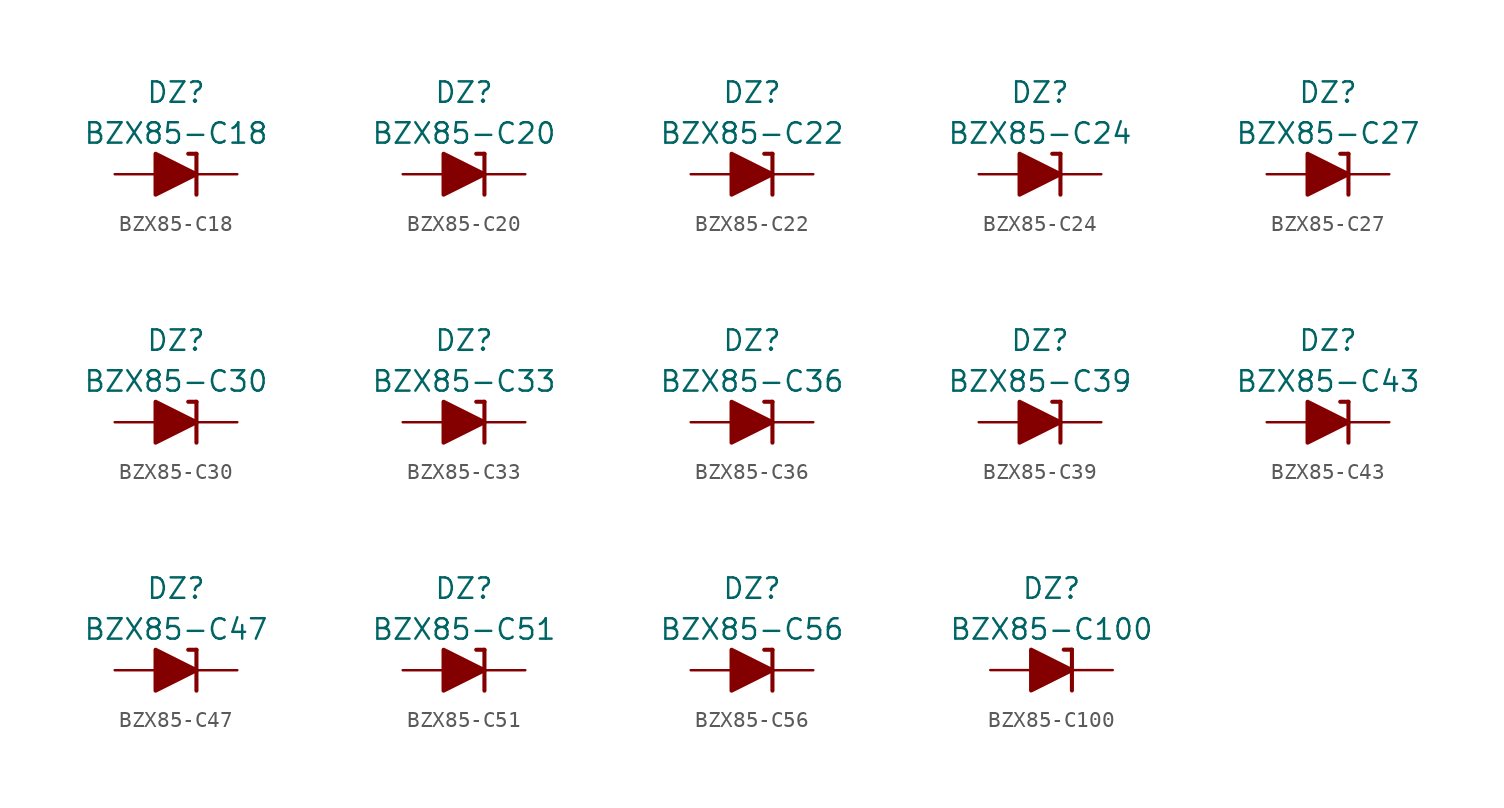
<source format=kicad_sym>
(kicad_symbol_lib
  (version 20201005)
  (generator kicad_symbol_editor)
  (symbol "Diode_Zener_AKL:BZX85-C18"
    (pin_numbers hide)
    (pin_names
      (offset 1.016) hide)
    (property "Reference" "DZ"
      (at 0 5.08 0)
      (effects (font (size 1.27 1.27))))
    (property "Value" "BZX85-C18"
      (at 0 2.54 0)
      (effects (font (size 1.27 1.27))))
    (symbol "BZX85-C18_0_1"
      (polyline (pts (xy -1.27 0) (xy 1.27 0)) (stroke (width 0)) (fill (type none)))
      (polyline (pts (xy 1.27 1.27) (xy 0.762 1.27)) (stroke (width 0.254)) (fill (type none)))
      (polyline (pts (xy 1.27 1.27) (xy 1.27 -1.27)) (stroke (width 0.254)) (fill (type none)))
      (polyline (pts (xy -1.27 -1.27) (xy -1.27 1.27) (xy 1.27 0) (xy -1.27 -1.27)) (stroke (width 0.254)) (fill (type outline))))
    (symbol "BZX85-C18_1_1"
      (pin passive line (at 3.81 0 180) (length 2.54) (name "K" (effects (font (size 1.27 1.27)))) (number "1" (effects (font (size 1.27 1.27)))))
      (pin passive line (at -3.81 0 0) (length 2.54) (name "A" (effects (font (size 1.27 1.27)))) (number "2" (effects (font (size 1.27 1.27)))))))
  (symbol "Diode_Zener_AKL:BZX85-C20"
    (pin_numbers hide)
    (pin_names
      (offset 1.016) hide)
    (property "Reference" "DZ"
      (at 0 5.08 0)
      (effects (font (size 1.27 1.27))))
    (property "Value" "BZX85-C20"
      (at 0 2.54 0)
      (effects (font (size 1.27 1.27))))
    (symbol "BZX85-C20_0_1"
      (polyline (pts (xy -1.27 0) (xy 1.27 0)) (stroke (width 0)) (fill (type none)))
      (polyline (pts (xy 1.27 1.27) (xy 0.762 1.27)) (stroke (width 0.254)) (fill (type none)))
      (polyline (pts (xy 1.27 1.27) (xy 1.27 -1.27)) (stroke (width 0.254)) (fill (type none)))
      (polyline (pts (xy -1.27 -1.27) (xy -1.27 1.27) (xy 1.27 0) (xy -1.27 -1.27)) (stroke (width 0.254)) (fill (type outline))))
    (symbol "BZX85-C20_1_1"
      (pin passive line (at 3.81 0 180) (length 2.54) (name "K" (effects (font (size 1.27 1.27)))) (number "1" (effects (font (size 1.27 1.27)))))
      (pin passive line (at -3.81 0 0) (length 2.54) (name "A" (effects (font (size 1.27 1.27)))) (number "2" (effects (font (size 1.27 1.27)))))))
  (symbol "Diode_Zener_AKL:BZX85-C22"
    (pin_numbers hide)
    (pin_names
      (offset 1.016) hide)
    (property "Reference" "DZ"
      (at 0 5.08 0)
      (effects (font (size 1.27 1.27))))
    (property "Value" "BZX85-C22"
      (at 0 2.54 0)
      (effects (font (size 1.27 1.27))))
    (symbol "BZX85-C22_0_1"
      (polyline (pts (xy -1.27 0) (xy 1.27 0)) (stroke (width 0)) (fill (type none)))
      (polyline (pts (xy 1.27 1.27) (xy 0.762 1.27)) (stroke (width 0.254)) (fill (type none)))
      (polyline (pts (xy 1.27 1.27) (xy 1.27 -1.27)) (stroke (width 0.254)) (fill (type none)))
      (polyline (pts (xy -1.27 -1.27) (xy -1.27 1.27) (xy 1.27 0) (xy -1.27 -1.27)) (stroke (width 0.254)) (fill (type outline))))
    (symbol "BZX85-C22_1_1"
      (pin passive line (at 3.81 0 180) (length 2.54) (name "K" (effects (font (size 1.27 1.27)))) (number "1" (effects (font (size 1.27 1.27)))))
      (pin passive line (at -3.81 0 0) (length 2.54) (name "A" (effects (font (size 1.27 1.27)))) (number "2" (effects (font (size 1.27 1.27)))))))
  (symbol "Diode_Zener_AKL:BZX85-C24"
    (pin_numbers hide)
    (pin_names
      (offset 1.016) hide)
    (property "Reference" "DZ"
      (at 0 5.08 0)
      (effects (font (size 1.27 1.27))))
    (property "Value" "BZX85-C24"
      (at 0 2.54 0)
      (effects (font (size 1.27 1.27))))
    (symbol "BZX85-C24_0_1"
      (polyline (pts (xy -1.27 0) (xy 1.27 0)) (stroke (width 0)) (fill (type none)))
      (polyline (pts (xy 1.27 1.27) (xy 0.762 1.27)) (stroke (width 0.254)) (fill (type none)))
      (polyline (pts (xy 1.27 1.27) (xy 1.27 -1.27)) (stroke (width 0.254)) (fill (type none)))
      (polyline (pts (xy -1.27 -1.27) (xy -1.27 1.27) (xy 1.27 0) (xy -1.27 -1.27)) (stroke (width 0.254)) (fill (type outline))))
    (symbol "BZX85-C24_1_1"
      (pin passive line (at 3.81 0 180) (length 2.54) (name "K" (effects (font (size 1.27 1.27)))) (number "1" (effects (font (size 1.27 1.27)))))
      (pin passive line (at -3.81 0 0) (length 2.54) (name "A" (effects (font (size 1.27 1.27)))) (number "2" (effects (font (size 1.27 1.27)))))))
  (symbol "Diode_Zener_AKL:BZX85-C27"
    (pin_numbers hide)
    (pin_names
      (offset 1.016) hide)
    (property "Reference" "DZ"
      (at 0 5.08 0)
      (effects (font (size 1.27 1.27))))
    (property "Value" "BZX85-C27"
      (at 0 2.54 0)
      (effects (font (size 1.27 1.27))))
    (symbol "BZX85-C27_0_1"
      (polyline (pts (xy -1.27 0) (xy 1.27 0)) (stroke (width 0)) (fill (type none)))
      (polyline (pts (xy 1.27 1.27) (xy 0.762 1.27)) (stroke (width 0.254)) (fill (type none)))
      (polyline (pts (xy 1.27 1.27) (xy 1.27 -1.27)) (stroke (width 0.254)) (fill (type none)))
      (polyline (pts (xy -1.27 -1.27) (xy -1.27 1.27) (xy 1.27 0) (xy -1.27 -1.27)) (stroke (width 0.254)) (fill (type outline))))
    (symbol "BZX85-C27_1_1"
      (pin passive line (at 3.81 0 180) (length 2.54) (name "K" (effects (font (size 1.27 1.27)))) (number "1" (effects (font (size 1.27 1.27)))))
      (pin passive line (at -3.81 0 0) (length 2.54) (name "A" (effects (font (size 1.27 1.27)))) (number "2" (effects (font (size 1.27 1.27)))))))
  (symbol "Diode_Zener_AKL:BZX85-C30"
    (pin_numbers hide)
    (pin_names
      (offset 1.016) hide)
    (property "Reference" "DZ"
      (at 0 5.08 0)
      (effects (font (size 1.27 1.27))))
    (property "Value" "BZX85-C30"
      (at 0 2.54 0)
      (effects (font (size 1.27 1.27))))
    (symbol "BZX85-C30_0_1"
      (polyline (pts (xy -1.27 0) (xy 1.27 0)) (stroke (width 0)) (fill (type none)))
      (polyline (pts (xy 1.27 1.27) (xy 0.762 1.27)) (stroke (width 0.254)) (fill (type none)))
      (polyline (pts (xy 1.27 1.27) (xy 1.27 -1.27)) (stroke (width 0.254)) (fill (type none)))
      (polyline (pts (xy -1.27 -1.27) (xy -1.27 1.27) (xy 1.27 0) (xy -1.27 -1.27)) (stroke (width 0.254)) (fill (type outline))))
    (symbol "BZX85-C30_1_1"
      (pin passive line (at 3.81 0 180) (length 2.54) (name "K" (effects (font (size 1.27 1.27)))) (number "1" (effects (font (size 1.27 1.27)))))
      (pin passive line (at -3.81 0 0) (length 2.54) (name "A" (effects (font (size 1.27 1.27)))) (number "2" (effects (font (size 1.27 1.27)))))))
  (symbol "Diode_Zener_AKL:BZX85-C33"
    (pin_numbers hide)
    (pin_names
      (offset 1.016) hide)
    (property "Reference" "DZ"
      (at 0 5.08 0)
      (effects (font (size 1.27 1.27))))
    (property "Value" "BZX85-C33"
      (at 0 2.54 0)
      (effects (font (size 1.27 1.27))))
    (symbol "BZX85-C33_0_1"
      (polyline (pts (xy -1.27 0) (xy 1.27 0)) (stroke (width 0)) (fill (type none)))
      (polyline (pts (xy 1.27 1.27) (xy 0.762 1.27)) (stroke (width 0.254)) (fill (type none)))
      (polyline (pts (xy 1.27 1.27) (xy 1.27 -1.27)) (stroke (width 0.254)) (fill (type none)))
      (polyline (pts (xy -1.27 -1.27) (xy -1.27 1.27) (xy 1.27 0) (xy -1.27 -1.27)) (stroke (width 0.254)) (fill (type outline))))
    (symbol "BZX85-C33_1_1"
      (pin passive line (at 3.81 0 180) (length 2.54) (name "K" (effects (font (size 1.27 1.27)))) (number "1" (effects (font (size 1.27 1.27)))))
      (pin passive line (at -3.81 0 0) (length 2.54) (name "A" (effects (font (size 1.27 1.27)))) (number "2" (effects (font (size 1.27 1.27)))))))
  (symbol "Diode_Zener_AKL:BZX85-C36"
    (pin_numbers hide)
    (pin_names
      (offset 1.016) hide)
    (property "Reference" "DZ"
      (at 0 5.08 0)
      (effects (font (size 1.27 1.27))))
    (property "Value" "BZX85-C36"
      (at 0 2.54 0)
      (effects (font (size 1.27 1.27))))
    (symbol "BZX85-C36_0_1"
      (polyline (pts (xy -1.27 0) (xy 1.27 0)) (stroke (width 0)) (fill (type none)))
      (polyline (pts (xy 1.27 1.27) (xy 0.762 1.27)) (stroke (width 0.254)) (fill (type none)))
      (polyline (pts (xy 1.27 1.27) (xy 1.27 -1.27)) (stroke (width 0.254)) (fill (type none)))
      (polyline (pts (xy -1.27 -1.27) (xy -1.27 1.27) (xy 1.27 0) (xy -1.27 -1.27)) (stroke (width 0.254)) (fill (type outline))))
    (symbol "BZX85-C36_1_1"
      (pin passive line (at 3.81 0 180) (length 2.54) (name "K" (effects (font (size 1.27 1.27)))) (number "1" (effects (font (size 1.27 1.27)))))
      (pin passive line (at -3.81 0 0) (length 2.54) (name "A" (effects (font (size 1.27 1.27)))) (number "2" (effects (font (size 1.27 1.27)))))))
  (symbol "Diode_Zener_AKL:BZX85-C39"
    (pin_numbers hide)
    (pin_names
      (offset 1.016) hide)
    (property "Reference" "DZ"
      (at 0 5.08 0)
      (effects (font (size 1.27 1.27))))
    (property "Value" "BZX85-C39"
      (at 0 2.54 0)
      (effects (font (size 1.27 1.27))))
    (symbol "BZX85-C39_0_1"
      (polyline (pts (xy -1.27 0) (xy 1.27 0)) (stroke (width 0)) (fill (type none)))
      (polyline (pts (xy 1.27 1.27) (xy 0.762 1.27)) (stroke (width 0.254)) (fill (type none)))
      (polyline (pts (xy 1.27 1.27) (xy 1.27 -1.27)) (stroke (width 0.254)) (fill (type none)))
      (polyline (pts (xy -1.27 -1.27) (xy -1.27 1.27) (xy 1.27 0) (xy -1.27 -1.27)) (stroke (width 0.254)) (fill (type outline))))
    (symbol "BZX85-C39_1_1"
      (pin passive line (at 3.81 0 180) (length 2.54) (name "K" (effects (font (size 1.27 1.27)))) (number "1" (effects (font (size 1.27 1.27)))))
      (pin passive line (at -3.81 0 0) (length 2.54) (name "A" (effects (font (size 1.27 1.27)))) (number "2" (effects (font (size 1.27 1.27)))))))
  (symbol "Diode_Zener_AKL:BZX85-C43"
    (pin_numbers hide)
    (pin_names
      (offset 1.016) hide)
    (property "Reference" "DZ"
      (at 0 5.08 0)
      (effects (font (size 1.27 1.27))))
    (property "Value" "BZX85-C43"
      (at 0 2.54 0)
      (effects (font (size 1.27 1.27))))
    (symbol "BZX85-C43_0_1"
      (polyline (pts (xy -1.27 0) (xy 1.27 0)) (stroke (width 0)) (fill (type none)))
      (polyline (pts (xy 1.27 1.27) (xy 0.762 1.27)) (stroke (width 0.254)) (fill (type none)))
      (polyline (pts (xy 1.27 1.27) (xy 1.27 -1.27)) (stroke (width 0.254)) (fill (type none)))
      (polyline (pts (xy -1.27 -1.27) (xy -1.27 1.27) (xy 1.27 0) (xy -1.27 -1.27)) (stroke (width 0.254)) (fill (type outline))))
    (symbol "BZX85-C43_1_1"
      (pin passive line (at 3.81 0 180) (length 2.54) (name "K" (effects (font (size 1.27 1.27)))) (number "1" (effects (font (size 1.27 1.27)))))
      (pin passive line (at -3.81 0 0) (length 2.54) (name "A" (effects (font (size 1.27 1.27)))) (number "2" (effects (font (size 1.27 1.27)))))))
  (symbol "Diode_Zener_AKL:BZX85-C47"
    (pin_numbers hide)
    (pin_names
      (offset 1.016) hide)
    (property "Reference" "DZ"
      (at 0 5.08 0)
      (effects (font (size 1.27 1.27))))
    (property "Value" "BZX85-C47"
      (at 0 2.54 0)
      (effects (font (size 1.27 1.27))))
    (symbol "BZX85-C47_0_1"
      (polyline (pts (xy -1.27 0) (xy 1.27 0)) (stroke (width 0)) (fill (type none)))
      (polyline (pts (xy 1.27 1.27) (xy 0.762 1.27)) (stroke (width 0.254)) (fill (type none)))
      (polyline (pts (xy 1.27 1.27) (xy 1.27 -1.27)) (stroke (width 0.254)) (fill (type none)))
      (polyline (pts (xy -1.27 -1.27) (xy -1.27 1.27) (xy 1.27 0) (xy -1.27 -1.27)) (stroke (width 0.254)) (fill (type outline))))
    (symbol "BZX85-C47_1_1"
      (pin passive line (at 3.81 0 180) (length 2.54) (name "K" (effects (font (size 1.27 1.27)))) (number "1" (effects (font (size 1.27 1.27)))))
      (pin passive line (at -3.81 0 0) (length 2.54) (name "A" (effects (font (size 1.27 1.27)))) (number "2" (effects (font (size 1.27 1.27)))))))
  (symbol "Diode_Zener_AKL:BZX85-C51"
    (pin_numbers hide)
    (pin_names
      (offset 1.016) hide)
    (property "Reference" "DZ"
      (at 0 5.08 0)
      (effects (font (size 1.27 1.27))))
    (property "Value" "BZX85-C51"
      (at 0 2.54 0)
      (effects (font (size 1.27 1.27))))
    (symbol "BZX85-C51_0_1"
      (polyline (pts (xy -1.27 0) (xy 1.27 0)) (stroke (width 0)) (fill (type none)))
      (polyline (pts (xy 1.27 1.27) (xy 0.762 1.27)) (stroke (width 0.254)) (fill (type none)))
      (polyline (pts (xy 1.27 1.27) (xy 1.27 -1.27)) (stroke (width 0.254)) (fill (type none)))
      (polyline (pts (xy -1.27 -1.27) (xy -1.27 1.27) (xy 1.27 0) (xy -1.27 -1.27)) (stroke (width 0.254)) (fill (type outline))))
    (symbol "BZX85-C51_1_1"
      (pin passive line (at 3.81 0 180) (length 2.54) (name "K" (effects (font (size 1.27 1.27)))) (number "1" (effects (font (size 1.27 1.27)))))
      (pin passive line (at -3.81 0 0) (length 2.54) (name "A" (effects (font (size 1.27 1.27)))) (number "2" (effects (font (size 1.27 1.27)))))))
  (symbol "Diode_Zener_AKL:BZX85-C56"
    (pin_numbers hide)
    (pin_names
      (offset 1.016) hide)
    (property "Reference" "DZ"
      (at 0 5.08 0)
      (effects (font (size 1.27 1.27))))
    (property "Value" "BZX85-C56"
      (at 0 2.54 0)
      (effects (font (size 1.27 1.27))))
    (symbol "BZX85-C56_0_1"
      (polyline (pts (xy -1.27 0) (xy 1.27 0)) (stroke (width 0)) (fill (type none)))
      (polyline (pts (xy 1.27 1.27) (xy 0.762 1.27)) (stroke (width 0.254)) (fill (type none)))
      (polyline (pts (xy 1.27 1.27) (xy 1.27 -1.27)) (stroke (width 0.254)) (fill (type none)))
      (polyline (pts (xy -1.27 -1.27) (xy -1.27 1.27) (xy 1.27 0) (xy -1.27 -1.27)) (stroke (width 0.254)) (fill (type outline))))
    (symbol "BZX85-C56_1_1"
      (pin passive line (at 3.81 0 180) (length 2.54) (name "K" (effects (font (size 1.27 1.27)))) (number "1" (effects (font (size 1.27 1.27)))))
      (pin passive line (at -3.81 0 0) (length 2.54) (name "A" (effects (font (size 1.27 1.27)))) (number "2" (effects (font (size 1.27 1.27)))))))
  (symbol "Diode_Zener_AKL:BZX85-C100"
    (pin_numbers hide)
    (pin_names
      (offset 1.016) hide)
    (property "Reference" "DZ"
      (at 0 5.08 0)
      (effects (font (size 1.27 1.27))))
    (property "Value" "BZX85-C100"
      (at 0 2.54 0)
      (effects (font (size 1.27 1.27))))
    (symbol "BZX85-C100_0_1"
      (polyline (pts (xy -1.27 0) (xy 1.27 0)) (stroke (width 0)) (fill (type none)))
      (polyline (pts (xy 1.27 1.27) (xy 0.762 1.27)) (stroke (width 0.254)) (fill (type none)))
      (polyline (pts (xy 1.27 1.27) (xy 1.27 -1.27)) (stroke (width 0.254)) (fill (type none)))
      (polyline (pts (xy -1.27 -1.27) (xy -1.27 1.27) (xy 1.27 0) (xy -1.27 -1.27)) (stroke (width 0.254)) (fill (type outline))))
    (symbol "BZX85-C100_1_1"
      (pin passive line (at 3.81 0 180) (length 2.54) (name "K" (effects (font (size 1.27 1.27)))) (number "1" (effects (font (size 1.27 1.27)))))
      (pin passive line (at -3.81 0 0) (length 2.54) (name "A" (effects (font (size 1.27 1.27)))) (number "2" (effects (font (size 1.27 1.27))))))))
</source>
